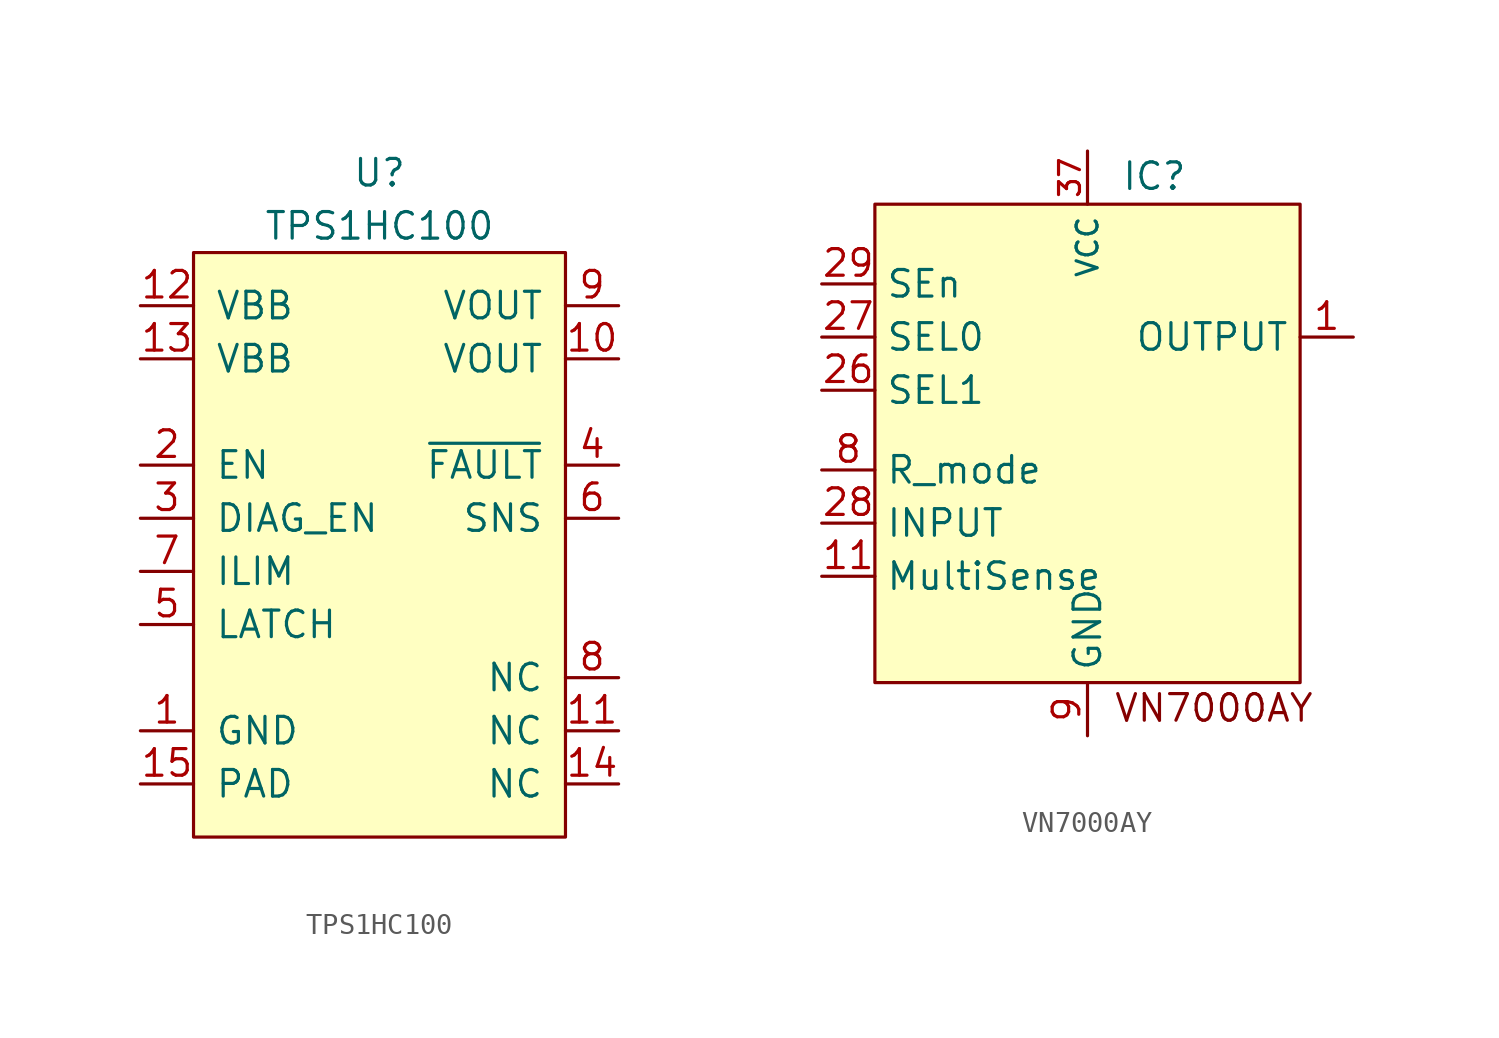
<source format=kicad_sym>
(kicad_symbol_lib
  (version 20220914)
  (generator kicad_symbol_editor)
  (symbol "TPS1HC100"
    (pin_names
      (offset 1.016))
    (property "Reference" "U"
      (at 0 17.78 0)
      (effects (font (size 1.27 1.27))))
    (property "Value" "TPS1HC100"
      (at 0 15.24 0)
      (effects (font (size 1.27 1.27))))
    (symbol "TPS1HC100_0_1"
      (rectangle (start -8.89 13.97) (end 8.89 -13.97) (stroke (width 0) (type default)) (fill (type background))))
    (symbol "TPS1HC100_1_1"
      (pin power_in line (at -11.43 -8.89 0) (length 2.54) (name "GND" (effects (font (size 1.27 1.27)))) (number "1" (effects (font (size 1.27 1.27)))))
      (pin passive line (at 11.43 8.89 180) (length 2.54) (name "VOUT" (effects (font (size 1.27 1.27)))) (number "10" (effects (font (size 1.27 1.27)))))
      (pin passive line (at 11.43 -8.89 180) (length 2.54) (name "NC" (effects (font (size 1.27 1.27)))) (number "11" (effects (font (size 1.27 1.27)))))
      (pin power_in line (at -11.43 11.43 0) (length 2.54) (name "VBB" (effects (font (size 1.27 1.27)))) (number "12" (effects (font (size 1.27 1.27)))))
      (pin power_in line (at -11.43 8.89 0) (length 2.54) (name "VBB" (effects (font (size 1.27 1.27)))) (number "13" (effects (font (size 1.27 1.27)))))
      (pin passive line (at 11.43 -11.43 180) (length 2.54) (name "NC" (effects (font (size 1.27 1.27)))) (number "14" (effects (font (size 1.27 1.27)))))
      (pin power_in line (at -11.43 -11.43 0) (length 2.54) (name "PAD" (effects (font (size 1.27 1.27)))) (number "15" (effects (font (size 1.27 1.27)))))
      (pin input line (at -11.43 3.81 0) (length 2.54) (name "EN" (effects (font (size 1.27 1.27)))) (number "2" (effects (font (size 1.27 1.27)))))
      (pin input line (at -11.43 1.27 0) (length 2.54) (name "DIAG_EN" (effects (font (size 1.27 1.27)))) (number "3" (effects (font (size 1.27 1.27)))))
      (pin open_collector line (at 11.43 3.81 180) (length 2.54) (name "~{FAULT}" (effects (font (size 1.27 1.27)))) (number "4" (effects (font (size 1.27 1.27)))))
      (pin input line (at -11.43 -3.81 0) (length 2.54) (name "LATCH" (effects (font (size 1.27 1.27)))) (number "5" (effects (font (size 1.27 1.27)))))
      (pin output line (at 11.43 1.27 180) (length 2.54) (name "SNS" (effects (font (size 1.27 1.27)))) (number "6" (effects (font (size 1.27 1.27)))))
      (pin output line (at -11.43 -1.27 0) (length 2.54) (name "ILIM" (effects (font (size 1.27 1.27)))) (number "7" (effects (font (size 1.27 1.27)))))
      (pin passive line (at 11.43 -6.35 180) (length 2.54) (name "NC" (effects (font (size 1.27 1.27)))) (number "8" (effects (font (size 1.27 1.27)))))
      (pin power_out line (at 11.43 11.43 180) (length 2.54) (name "VOUT" (effects (font (size 1.27 1.27)))) (number "9" (effects (font (size 1.27 1.27)))))))
  (symbol "VN7000AY"
    (property "Reference" "IC"
      (at 3.196 12.763 0)
      (effects (font (size 1.27 1.27))))
    (property "Value" ""
      (at 0 0 0)
      (effects (font (size 1.27 1.27))))
    (symbol "VN7000AY_1_1"
      (rectangle (start -10.16 11.43) (end 10.16 -11.43) (stroke (width 0) (type default)) (fill (type background)))
      (text "VN7000AY" (at 6.04 -12.647 0) (effects (font (size 1.27 1.27))))
      (pin output line (at 12.7 5.08 180) (length 2.54) (name "OUTPUT" (effects (font (size 1.27 1.27)))) (number "1" (effects (font (size 1.27 1.27)))))
      (pin output line (at -12.7 -6.35 0) (length 2.54) (name "MultiSense" (effects (font (size 1.27 1.27)))) (number "11" (effects (font (size 1.27 1.27)))))
      (pin output line (at 12.7 5.08 180) (length 2.54) hide (name "OUTPUT" (effects (font (size 1.27 1.27)))) (number "13" (effects (font (size 1.27 1.27)))))
      (pin output line (at 12.7 5.08 180) (length 2.54) hide (name "OUTPUT" (effects (font (size 1.27 1.27)))) (number "14" (effects (font (size 1.27 1.27)))))
      (pin output line (at 12.7 5.08 180) (length 2.54) hide (name "OUTPUT" (effects (font (size 1.27 1.27)))) (number "15" (effects (font (size 1.27 1.27)))))
      (pin output line (at 12.7 5.08 180) (length 2.54) hide (name "OUTPUT" (effects (font (size 1.27 1.27)))) (number "16" (effects (font (size 1.27 1.27)))))
      (pin output line (at 12.7 5.08 180) (length 2.54) hide (name "OUTPUT" (effects (font (size 1.27 1.27)))) (number "17" (effects (font (size 1.27 1.27)))))
      (pin output line (at 12.7 5.08 180) (length 2.54) hide (name "OUTPUT" (effects (font (size 1.27 1.27)))) (number "18" (effects (font (size 1.27 1.27)))))
      (pin output line (at 12.7 5.08 180) (length 2.54) hide (name "OUTPUT" (effects (font (size 1.27 1.27)))) (number "19" (effects (font (size 1.27 1.27)))))
      (pin output line (at 12.7 5.08 180) (length 2.54) hide (name "OUTPUT" (effects (font (size 1.27 1.27)))) (number "2" (effects (font (size 1.27 1.27)))))
      (pin output line (at 12.7 5.08 180) (length 2.54) hide (name "OUTPUT" (effects (font (size 1.27 1.27)))) (number "20" (effects (font (size 1.27 1.27)))))
      (pin output line (at 12.7 5.08 180) (length 2.54) hide (name "OUTPUT" (effects (font (size 1.27 1.27)))) (number "21" (effects (font (size 1.27 1.27)))))
      (pin output line (at 12.7 5.08 180) (length 2.54) hide (name "OUTPUT" (effects (font (size 1.27 1.27)))) (number "22" (effects (font (size 1.27 1.27)))))
      (pin output line (at 12.7 5.08 180) (length 2.54) hide (name "OUTPUT" (effects (font (size 1.27 1.27)))) (number "23" (effects (font (size 1.27 1.27)))))
      (pin output line (at 12.7 5.08 180) (length 2.54) hide (name "OUTPUT" (effects (font (size 1.27 1.27)))) (number "24" (effects (font (size 1.27 1.27)))))
      (pin input line (at -12.7 2.54 0) (length 2.54) (name "SEL1" (effects (font (size 1.27 1.27)))) (number "26" (effects (font (size 1.27 1.27)))))
      (pin input line (at -12.7 5.08 0) (length 2.54) (name "SEL0" (effects (font (size 1.27 1.27)))) (number "27" (effects (font (size 1.27 1.27)))))
      (pin output line (at -12.7 -3.81 0) (length 2.54) (name "INPUT" (effects (font (size 1.27 1.27)))) (number "28" (effects (font (size 1.27 1.27)))))
      (pin input line (at -12.7 7.62 0) (length 2.54) (name "SEn" (effects (font (size 1.27 1.27)))) (number "29" (effects (font (size 1.27 1.27)))))
      (pin output line (at 12.7 5.08 180) (length 2.54) hide (name "OUTPUT" (effects (font (size 1.27 1.27)))) (number "3" (effects (font (size 1.27 1.27)))))
      (pin output line (at 12.7 5.08 180) (length 2.54) hide (name "OUTPUT" (effects (font (size 1.27 1.27)))) (number "31" (effects (font (size 1.27 1.27)))))
      (pin output line (at 12.7 5.08 180) (length 2.54) hide (name "OUTPUT" (effects (font (size 1.27 1.27)))) (number "32" (effects (font (size 1.27 1.27)))))
      (pin output line (at 12.7 5.08 180) (length 2.54) hide (name "OUTPUT" (effects (font (size 1.27 1.27)))) (number "33" (effects (font (size 1.27 1.27)))))
      (pin output line (at 12.7 5.08 180) (length 2.54) hide (name "OUTPUT" (effects (font (size 1.27 1.27)))) (number "34" (effects (font (size 1.27 1.27)))))
      (pin output line (at 12.7 5.08 180) (length 2.54) hide (name "OUTPUT" (effects (font (size 1.27 1.27)))) (number "35" (effects (font (size 1.27 1.27)))))
      (pin output line (at 12.7 5.08 180) (length 2.54) hide (name "OUTPUT" (effects (font (size 1.27 1.27)))) (number "36" (effects (font (size 1.27 1.27)))))
      (pin input line (at 0 13.97 270) (length 2.54) (name "VCC" (effects (font (size 1 1)))) (number "37" (effects (font (size 1 1)))))
      (pin output line (at 12.7 5.08 180) (length 2.54) hide (name "OUTPUT" (effects (font (size 1.27 1.27)))) (number "4" (effects (font (size 1.27 1.27)))))
      (pin output line (at 12.7 5.08 180) (length 2.54) hide (name "OUTPUT" (effects (font (size 1.27 1.27)))) (number "5" (effects (font (size 1.27 1.27)))))
      (pin output line (at 12.7 5.08 180) (length 2.54) hide (name "OUTPUT" (effects (font (size 1.27 1.27)))) (number "6" (effects (font (size 1.27 1.27)))))
      (pin output line (at -12.7 -1.27 0) (length 2.54) (name "R_mode" (effects (font (size 1.27 1.27)))) (number "8" (effects (font (size 1.27 1.27)))))
      (pin input line (at 0 -13.97 90) (length 2.54) (name "GND" (effects (font (size 1.27 1.27)))) (number "9" (effects (font (size 1.27 1.27))))))))
</source>
